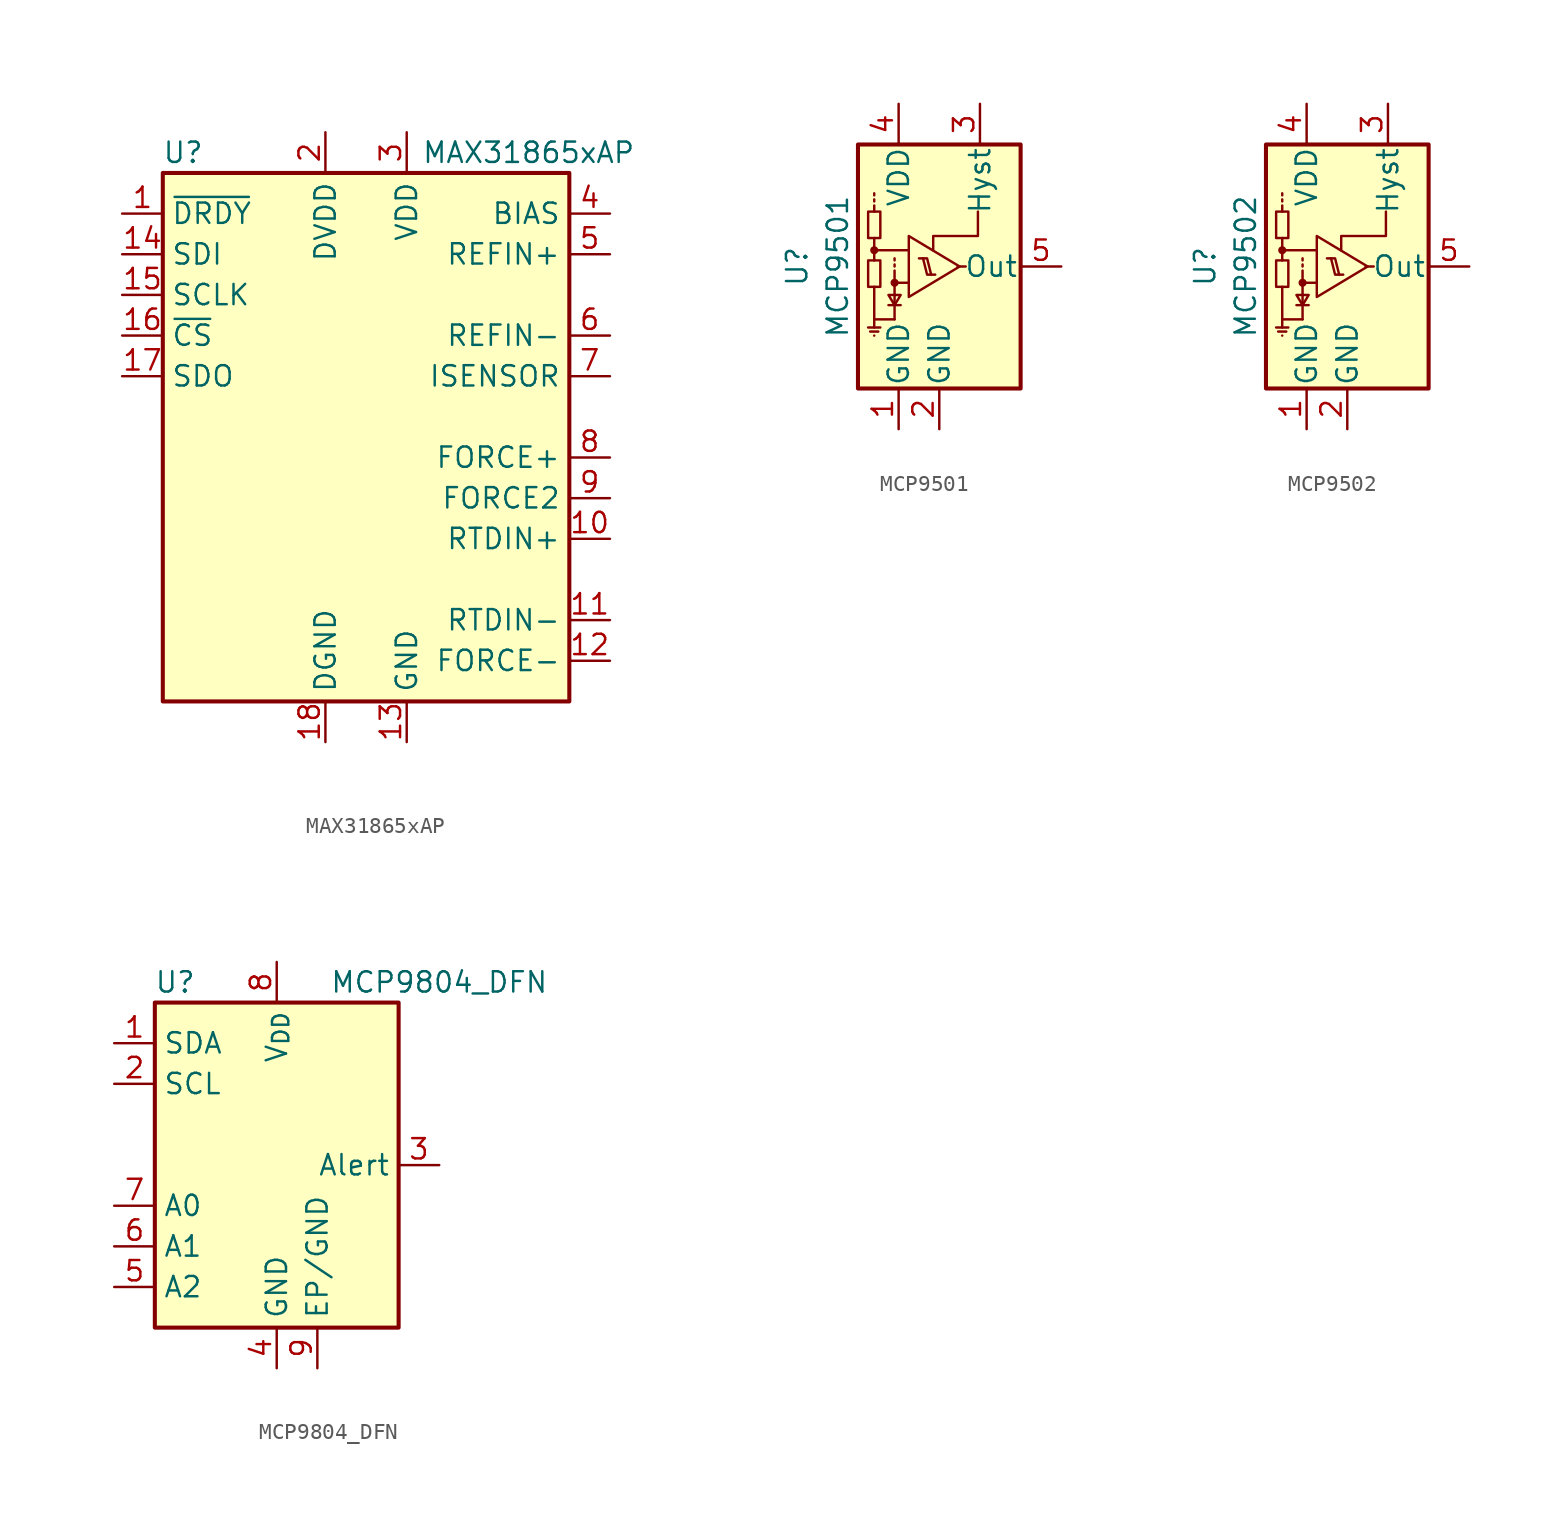
<source format=kicad_sym>
(kicad_symbol_lib
  (version 20220914)
  (generator kicad_symbol_editor)
  (symbol "MAX31865xAP"
    (property "Reference" "U"
      (at -11.43 19.05 0)
      (effects (font (size 1.27 1.27))))
    (property "Value" "MAX31865xAP"
      (at 10.16 19.05 0)
      (effects (font (size 1.27 1.27))))
    (symbol "MAX31865xAP_0_1"
      (rectangle (start -12.7 17.78) (end 12.7 -15.24) (stroke (width 0.254) (type default)) (fill (type background))))
    (symbol "MAX31865xAP_1_1"
      (pin output line (at -15.24 15.24 0) (length 2.54) (name "~{DRDY}" (effects (font (size 1.27 1.27)))) (number "1" (effects (font (size 1.27 1.27)))))
      (pin input line (at 15.24 -5.08 180) (length 2.54) (name "RTDIN+" (effects (font (size 1.27 1.27)))) (number "10" (effects (font (size 1.27 1.27)))))
      (pin input line (at 15.24 -10.16 180) (length 2.54) (name "RTDIN-" (effects (font (size 1.27 1.27)))) (number "11" (effects (font (size 1.27 1.27)))))
      (pin power_out line (at 15.24 -12.7 180) (length 2.54) (name "FORCE-" (effects (font (size 1.27 1.27)))) (number "12" (effects (font (size 1.27 1.27)))))
      (pin power_in line (at 2.54 -17.78 90) (length 2.54) (name "GND" (effects (font (size 1.27 1.27)))) (number "13" (effects (font (size 1.27 1.27)))))
      (pin input line (at -15.24 12.7 0) (length 2.54) (name "SDI" (effects (font (size 1.27 1.27)))) (number "14" (effects (font (size 1.27 1.27)))))
      (pin input line (at -15.24 10.16 0) (length 2.54) (name "SCLK" (effects (font (size 1.27 1.27)))) (number "15" (effects (font (size 1.27 1.27)))))
      (pin input line (at -15.24 7.62 0) (length 2.54) (name "~{CS}" (effects (font (size 1.27 1.27)))) (number "16" (effects (font (size 1.27 1.27)))))
      (pin tri_state line (at -15.24 5.08 0) (length 2.54) (name "SDO" (effects (font (size 1.27 1.27)))) (number "17" (effects (font (size 1.27 1.27)))))
      (pin power_in line (at -2.54 -17.78 90) (length 2.54) (name "DGND" (effects (font (size 1.27 1.27)))) (number "18" (effects (font (size 1.27 1.27)))))
      (pin passive line (at 2.54 -17.78 90) (length 2.54) hide (name "GND" (effects (font (size 1.27 1.27)))) (number "19" (effects (font (size 1.27 1.27)))))
      (pin power_in line (at -2.54 20.32 270) (length 2.54) (name "DVDD" (effects (font (size 1.27 1.27)))) (number "2" (effects (font (size 1.27 1.27)))))
      (pin no_connect line (at -12.7 -2.54 0) (length 2.54) hide (name "NC" (effects (font (size 1.27 1.27)))) (number "20" (effects (font (size 1.27 1.27)))))
      (pin power_in line (at 2.54 20.32 270) (length 2.54) (name "VDD" (effects (font (size 1.27 1.27)))) (number "3" (effects (font (size 1.27 1.27)))))
      (pin power_out line (at 15.24 15.24 180) (length 2.54) (name "BIAS" (effects (font (size 1.27 1.27)))) (number "4" (effects (font (size 1.27 1.27)))))
      (pin input line (at 15.24 12.7 180) (length 2.54) (name "REFIN+" (effects (font (size 1.27 1.27)))) (number "5" (effects (font (size 1.27 1.27)))))
      (pin input line (at 15.24 7.62 180) (length 2.54) (name "REFIN-" (effects (font (size 1.27 1.27)))) (number "6" (effects (font (size 1.27 1.27)))))
      (pin passive line (at 15.24 5.08 180) (length 2.54) (name "ISENSOR" (effects (font (size 1.27 1.27)))) (number "7" (effects (font (size 1.27 1.27)))))
      (pin passive line (at 15.24 0 180) (length 2.54) (name "FORCE+" (effects (font (size 1.27 1.27)))) (number "8" (effects (font (size 1.27 1.27)))))
      (pin input line (at 15.24 -2.54 180) (length 2.54) (name "FORCE2" (effects (font (size 1.27 1.27)))) (number "9" (effects (font (size 1.27 1.27)))))))
  (symbol "MCP9501"
    (pin_names
      (offset 0.127))
    (property "Reference" "U"
      (at -6.35 0 90)
      (effects (font (size 1.27 1.27))))
    (property "Value" "MCP9501"
      (at -3.81 0 90)
      (effects (font (size 1.27 1.27))))
    (symbol "MCP9501_0_1"
      (rectangle (start -2.54 7.62) (end 7.62 -7.62) (stroke (width 0.254) (type default)) (fill (type background)))
      (rectangle (start -1.905 0.381) (end -1.143 -1.27) (stroke (width 0) (type default)) (fill (type none)))
      (rectangle (start -1.905 3.429) (end -1.143 1.778) (stroke (width 0) (type default)) (fill (type none)))
      (circle (center -1.524 1.016) (radius 0.178) (stroke (width 0) (type default)) (fill (type outline)))
      (circle (center -0.254 -1.016) (radius 0.178) (stroke (width 0) (type default)) (fill (type outline)))
      (polyline (pts (xy -1.905 -3.81) (xy -1.143 -3.81)) (stroke (width 0) (type default)) (fill (type none)))
      (polyline (pts (xy -1.778 -4.064) (xy -1.27 -4.064)) (stroke (width 0) (type default)) (fill (type none)))
      (polyline (pts (xy -1.524 -4.318) (xy -1.524 -4.318)) (stroke (width 0) (type default)) (fill (type none)))
      (polyline (pts (xy -1.524 -3.302) (xy -1.524 -3.81)) (stroke (width 0) (type default)) (fill (type none)))
      (polyline (pts (xy -1.524 1.016) (xy -1.524 0.381)) (stroke (width 0) (type default)) (fill (type none)))
      (polyline (pts (xy -1.524 3.429) (xy -1.524 3.81)) (stroke (width 0) (type default)) (fill (type none)))
      (polyline (pts (xy -1.524 4.064) (xy -1.524 4.191)) (stroke (width 0) (type default)) (fill (type none)))
      (polyline (pts (xy -1.524 4.445) (xy -1.524 4.572)) (stroke (width 0) (type default)) (fill (type none)))
      (polyline (pts (xy -0.635 -2.413) (xy 0.127 -2.413)) (stroke (width 0) (type default)) (fill (type none)))
      (polyline (pts (xy -0.254 0) (xy -0.254 0.127)) (stroke (width 0) (type default)) (fill (type none)))
      (polyline (pts (xy -0.254 0.381) (xy -0.254 0.508)) (stroke (width 0) (type default)) (fill (type none)))
      (polyline (pts (xy 3.683 0) (xy 4.191 0)) (stroke (width 0) (type default)) (fill (type none)))
      (polyline (pts (xy -1.524 -1.27) (xy -1.524 -3.302) (xy -0.254 -3.302)) (stroke (width 0) (type default)) (fill (type none)))
      (polyline (pts (xy -0.254 -1.016) (xy -0.254 -0.381) (xy -0.254 -0.254)) (stroke (width 0) (type default)) (fill (type none)))
      (polyline (pts (xy 0.635 -1.016) (xy -0.254 -1.016) (xy -0.254 -3.302)) (stroke (width 0) (type default)) (fill (type none)))
      (polyline (pts (xy 0.635 1.016) (xy -1.524 1.016) (xy -1.524 1.778)) (stroke (width 0) (type default)) (fill (type none)))
      (polyline (pts (xy 1.524 0.508) (xy 1.778 -0.508) (xy 2.032 -0.508)) (stroke (width 0) (type default)) (fill (type none)))
      (polyline (pts (xy 0.127 -1.778) (xy -0.635 -1.778) (xy -0.254 -2.413) (xy 0.127 -1.778)) (stroke (width 0) (type default)) (fill (type none)))
      (polyline (pts (xy 1.27 0.508) (xy 1.778 0.508) (xy 2.032 -0.508) (xy 2.286 -0.508)) (stroke (width 0) (type default)) (fill (type none)))
      (polyline (pts (xy 3.81 0) (xy 0.635 1.905) (xy 0.635 -1.905) (xy 3.81 0)) (stroke (width 0) (type default)) (fill (type none)))
      (polyline (pts (xy 4.953 3.429) (xy 4.953 1.905) (xy 2.159 1.905) (xy 2.159 1.016)) (stroke (width 0) (type default)) (fill (type none))))
    (symbol "MCP9501_1_1"
      (pin power_in line (at 0 -10.16 90) (length 2.54) (name "GND" (effects (font (size 1.27 1.27)))) (number "1" (effects (font (size 1.27 1.27)))))
      (pin power_in line (at 2.54 -10.16 90) (length 2.54) (name "GND" (effects (font (size 1.27 1.27)))) (number "2" (effects (font (size 1.27 1.27)))))
      (pin input line (at 5.08 10.16 270) (length 2.54) (name "Hyst" (effects (font (size 1.27 1.27)))) (number "3" (effects (font (size 1.27 1.27)))))
      (pin power_in line (at 0 10.16 270) (length 2.54) (name "VDD" (effects (font (size 1.27 1.27)))) (number "4" (effects (font (size 1.27 1.27)))))
      (pin open_collector line (at 10.16 0 180) (length 2.54) (name "Out" (effects (font (size 1.27 1.27)))) (number "5" (effects (font (size 1.27 1.27)))))))
  (symbol "MCP9502"
    (pin_names
      (offset 0.127))
    (property "Reference" "U"
      (at -6.35 0 90)
      (effects (font (size 1.27 1.27))))
    (property "Value" "MCP9502"
      (at -3.81 0 90)
      (effects (font (size 1.27 1.27))))
    (symbol "MCP9502_0_1"
      (rectangle (start -2.54 7.62) (end 7.62 -7.62) (stroke (width 0.254) (type default)) (fill (type background)))
      (rectangle (start -1.905 0.381) (end -1.143 -1.27) (stroke (width 0) (type default)) (fill (type none)))
      (rectangle (start -1.905 3.429) (end -1.143 1.778) (stroke (width 0) (type default)) (fill (type none)))
      (circle (center -1.524 1.016) (radius 0.178) (stroke (width 0) (type default)) (fill (type outline)))
      (circle (center -0.254 -1.016) (radius 0.178) (stroke (width 0) (type default)) (fill (type outline)))
      (polyline (pts (xy -1.905 -3.81) (xy -1.143 -3.81)) (stroke (width 0) (type default)) (fill (type none)))
      (polyline (pts (xy -1.778 -4.064) (xy -1.27 -4.064)) (stroke (width 0) (type default)) (fill (type none)))
      (polyline (pts (xy -1.524 -4.318) (xy -1.524 -4.318)) (stroke (width 0) (type default)) (fill (type none)))
      (polyline (pts (xy -1.524 -3.302) (xy -1.524 -3.81)) (stroke (width 0) (type default)) (fill (type none)))
      (polyline (pts (xy -1.524 1.016) (xy -1.524 0.381)) (stroke (width 0) (type default)) (fill (type none)))
      (polyline (pts (xy -1.524 3.429) (xy -1.524 3.81)) (stroke (width 0) (type default)) (fill (type none)))
      (polyline (pts (xy -1.524 4.064) (xy -1.524 4.191)) (stroke (width 0) (type default)) (fill (type none)))
      (polyline (pts (xy -1.524 4.445) (xy -1.524 4.572)) (stroke (width 0) (type default)) (fill (type none)))
      (polyline (pts (xy -0.635 -2.413) (xy 0.127 -2.413)) (stroke (width 0) (type default)) (fill (type none)))
      (polyline (pts (xy -0.254 0) (xy -0.254 0.127)) (stroke (width 0) (type default)) (fill (type none)))
      (polyline (pts (xy -0.254 0.381) (xy -0.254 0.508)) (stroke (width 0) (type default)) (fill (type none)))
      (polyline (pts (xy 3.683 0) (xy 4.191 0)) (stroke (width 0) (type default)) (fill (type none)))
      (polyline (pts (xy -1.524 -1.27) (xy -1.524 -3.302) (xy -0.254 -3.302)) (stroke (width 0) (type default)) (fill (type none)))
      (polyline (pts (xy -0.254 -1.016) (xy -0.254 -0.381) (xy -0.254 -0.254)) (stroke (width 0) (type default)) (fill (type none)))
      (polyline (pts (xy 0.635 -1.016) (xy -0.254 -1.016) (xy -0.254 -3.302)) (stroke (width 0) (type default)) (fill (type none)))
      (polyline (pts (xy 0.635 1.016) (xy -1.524 1.016) (xy -1.524 1.778)) (stroke (width 0) (type default)) (fill (type none)))
      (polyline (pts (xy 1.524 0.508) (xy 1.778 -0.508) (xy 2.032 -0.508)) (stroke (width 0) (type default)) (fill (type none)))
      (polyline (pts (xy 0.127 -1.778) (xy -0.635 -1.778) (xy -0.254 -2.413) (xy 0.127 -1.778)) (stroke (width 0) (type default)) (fill (type none)))
      (polyline (pts (xy 1.27 0.508) (xy 1.778 0.508) (xy 2.032 -0.508) (xy 2.286 -0.508)) (stroke (width 0) (type default)) (fill (type none)))
      (polyline (pts (xy 3.81 0) (xy 0.635 1.905) (xy 0.635 -1.905) (xy 3.81 0)) (stroke (width 0) (type default)) (fill (type none)))
      (polyline (pts (xy 4.953 3.429) (xy 4.953 1.905) (xy 2.159 1.905) (xy 2.159 1.016)) (stroke (width 0) (type default)) (fill (type none))))
    (symbol "MCP9502_1_1"
      (pin power_in line (at 0 -10.16 90) (length 2.54) (name "GND" (effects (font (size 1.27 1.27)))) (number "1" (effects (font (size 1.27 1.27)))))
      (pin power_in line (at 2.54 -10.16 90) (length 2.54) (name "GND" (effects (font (size 1.27 1.27)))) (number "2" (effects (font (size 1.27 1.27)))))
      (pin input line (at 5.08 10.16 270) (length 2.54) (name "Hyst" (effects (font (size 1.27 1.27)))) (number "3" (effects (font (size 1.27 1.27)))))
      (pin power_in line (at 0 10.16 270) (length 2.54) (name "VDD" (effects (font (size 1.27 1.27)))) (number "4" (effects (font (size 1.27 1.27)))))
      (pin output line (at 10.16 0 180) (length 2.54) (name "Out" (effects (font (size 1.27 1.27)))) (number "5" (effects (font (size 1.27 1.27)))))))
  (symbol "MCP9804_DFN"
    (property "Reference" "U"
      (at -6.35 11.43 0)
      (effects (font (size 1.27 1.27))))
    (property "Value" "MCP9804_DFN"
      (at 10.16 11.43 0)
      (effects (font (size 1.27 1.27))))
    (symbol "MCP9804_DFN_0_1"
      (rectangle (start -7.62 10.16) (end 7.62 -10.16) (stroke (width 0.254) (type default)) (fill (type background))))
    (symbol "MCP9804_DFN_1_1"
      (pin bidirectional line (at -10.16 7.62 0) (length 2.54) (name "SDA" (effects (font (size 1.27 1.27)))) (number "1" (effects (font (size 1.27 1.27)))))
      (pin input line (at -10.16 5.08 0) (length 2.54) (name "SCL" (effects (font (size 1.27 1.27)))) (number "2" (effects (font (size 1.27 1.27)))))
      (pin output line (at 10.16 0 180) (length 2.54) (name "Alert" (effects (font (size 1.27 1.27)))) (number "3" (effects (font (size 1.27 1.27)))))
      (pin power_in line (at 0 -12.7 90) (length 2.54) (name "GND" (effects (font (size 1.27 1.27)))) (number "4" (effects (font (size 1.27 1.27)))))
      (pin input line (at -10.16 -7.62 0) (length 2.54) (name "A2" (effects (font (size 1.27 1.27)))) (number "5" (effects (font (size 1.27 1.27)))))
      (pin input line (at -10.16 -5.08 0) (length 2.54) (name "A1" (effects (font (size 1.27 1.27)))) (number "6" (effects (font (size 1.27 1.27)))))
      (pin input line (at -10.16 -2.54 0) (length 2.54) (name "A0" (effects (font (size 1.27 1.27)))) (number "7" (effects (font (size 1.27 1.27)))))
      (pin power_in line (at 0 12.7 270) (length 2.54) (name "V_{DD}" (effects (font (size 1.27 1.27)))) (number "8" (effects (font (size 1.27 1.27)))))
      (pin power_in line (at 2.54 -12.7 90) (length 2.54) (name "EP/GND" (effects (font (size 1.27 1.27)))) (number "9" (effects (font (size 1.27 1.27))))))))
</source>
